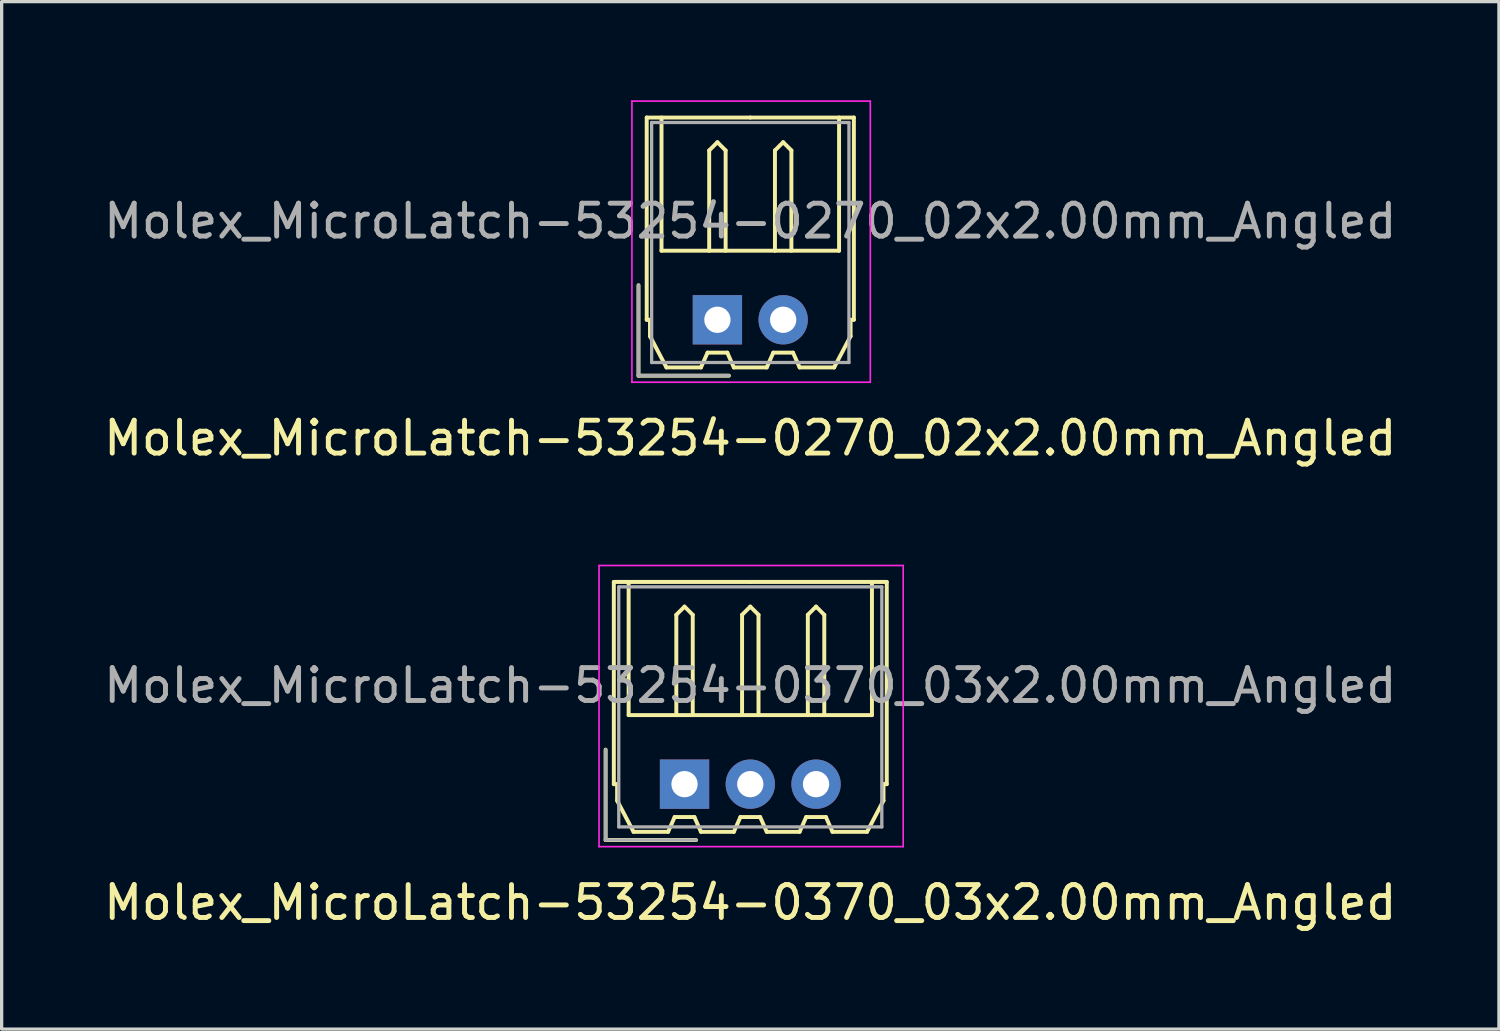
<source format=kicad_pcb>
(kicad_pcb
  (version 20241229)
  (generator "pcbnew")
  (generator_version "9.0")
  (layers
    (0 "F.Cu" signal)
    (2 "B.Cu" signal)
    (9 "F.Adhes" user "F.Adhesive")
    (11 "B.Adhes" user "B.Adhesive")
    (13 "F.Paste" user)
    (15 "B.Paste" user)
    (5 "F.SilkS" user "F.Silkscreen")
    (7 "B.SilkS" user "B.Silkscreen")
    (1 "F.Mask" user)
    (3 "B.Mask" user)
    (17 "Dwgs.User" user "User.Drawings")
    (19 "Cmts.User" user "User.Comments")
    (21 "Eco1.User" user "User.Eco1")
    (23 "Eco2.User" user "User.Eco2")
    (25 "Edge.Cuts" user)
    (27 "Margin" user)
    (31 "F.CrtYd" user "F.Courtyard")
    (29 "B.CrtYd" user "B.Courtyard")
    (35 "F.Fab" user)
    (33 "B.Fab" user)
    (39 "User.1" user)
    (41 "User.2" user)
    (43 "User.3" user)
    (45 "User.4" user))
  (footprint "Molex_MicroLatch-53254-0370_03x2.00mm_Angled"
    (layer "F.Cu")
    (at 17.768 20.798)
    (property "Reference" "Molex_MicroLatch-53254-0370_03x2.00mm_Angled" (at 2 3.6 0) (layer "F.SilkS") (effects (font (size 1 1) (thickness 0.15))))
    (attr through_hole)
    (fp_line (start -2.4 1.7) (end -2.4 -1.05) (stroke (width 0.12) (type solid)) (layer "F.SilkS"))
    (fp_line (start -2.15 -6.15) (end 2 -6.15) (stroke (width 0.12) (type solid)) (layer "F.SilkS"))
    (fp_line (start -2.15 0) (end -2.15 -6.15) (stroke (width 0.12) (type solid)) (layer "F.SilkS"))
    (fp_line (start -2.05 0) (end -2.15 0) (stroke (width 0.12) (type solid)) (layer "F.SilkS"))
    (fp_line (start -2.05 0.5) (end -2.05 0) (stroke (width 0.12) (type solid)) (layer "F.SilkS"))
    (fp_line (start -1.7 -6.15) (end -1.7 -2.1) (stroke (width 0.12) (type solid)) (layer "F.SilkS"))
    (fp_line (start -1.7 -2.1) (end 5.7 -2.1) (stroke (width 0.12) (type solid)) (layer "F.SilkS"))
    (fp_line (start -1.55 1.45) (end -2.05 0.5) (stroke (width 0.12) (type solid)) (layer "F.SilkS"))
    (fp_line (start -0.5 1.45) (end -1.55 1.45) (stroke (width 0.12) (type solid)) (layer "F.SilkS"))
    (fp_line (start -0.3 1) (end -0.5 1.45) (stroke (width 0.12) (type solid)) (layer "F.SilkS"))
    (fp_line (start -0.3 1) (end 0.3 1) (stroke (width 0.12) (type solid)) (layer "F.SilkS"))
    (fp_line (start -0.25 -5.15) (end 0 -5.4) (stroke (width 0.12) (type solid)) (layer "F.SilkS"))
    (fp_line (start -0.25 -2.1) (end -0.25 -5.15) (stroke (width 0.12) (type solid)) (layer "F.SilkS"))
    (fp_line (start 0 -5.4) (end 0.25 -5.15) (stroke (width 0.12) (type solid)) (layer "F.SilkS"))
    (fp_line (start 0.25 -5.15) (end 0.25 -2.1) (stroke (width 0.12) (type solid)) (layer "F.SilkS"))
    (fp_line (start 0.3 1) (end 0.5 1.45) (stroke (width 0.12) (type solid)) (layer "F.SilkS"))
    (fp_line (start 0.35 1.7) (end -2.4 1.7) (stroke (width 0.12) (type solid)) (layer "F.SilkS"))
    (fp_line (start 0.5 1.45) (end 1.5 1.45) (stroke (width 0.12) (type solid)) (layer "F.SilkS"))
    (fp_line (start 1.5 1.45) (end 1.7 1) (stroke (width 0.12) (type solid)) (layer "F.SilkS"))
    (fp_line (start 1.7 1) (end 2.3 1) (stroke (width 0.12) (type solid)) (layer "F.SilkS"))
    (fp_line (start 1.75 -5.15) (end 2 -5.4) (stroke (width 0.12) (type solid)) (layer "F.SilkS"))
    (fp_line (start 1.75 -2.1) (end 1.75 -5.15) (stroke (width 0.12) (type solid)) (layer "F.SilkS"))
    (fp_line (start 2 -5.4) (end 2.25 -5.15) (stroke (width 0.12) (type solid)) (layer "F.SilkS"))
    (fp_line (start 2.25 -5.15) (end 2.25 -2.1) (stroke (width 0.12) (type solid)) (layer "F.SilkS"))
    (fp_line (start 2.3 1) (end 2.5 1.45) (stroke (width 0.12) (type solid)) (layer "F.SilkS"))
    (fp_line (start 2.5 1.45) (end 3.5 1.45) (stroke (width 0.12) (type solid)) (layer "F.SilkS"))
    (fp_line (start 3.5 1.45) (end 3.7 1) (stroke (width 0.12) (type solid)) (layer "F.SilkS"))
    (fp_line (start 3.7 1) (end 4.3 1) (stroke (width 0.12) (type solid)) (layer "F.SilkS"))
    (fp_line (start 3.75 -5.15) (end 4 -5.4) (stroke (width 0.12) (type solid)) (layer "F.SilkS"))
    (fp_line (start 3.75 -2.1) (end 3.75 -5.15) (stroke (width 0.12) (type solid)) (layer "F.SilkS"))
    (fp_line (start 4 -5.4) (end 4.25 -5.15) (stroke (width 0.12) (type solid)) (layer "F.SilkS"))
    (fp_line (start 4.25 -5.15) (end 4.25 -2.1) (stroke (width 0.12) (type solid)) (layer "F.SilkS"))
    (fp_line (start 4.3 1) (end 4.5 1.45) (stroke (width 0.12) (type solid)) (layer "F.SilkS"))
    (fp_line (start 4.5 1.45) (end 5.55 1.45) (stroke (width 0.12) (type solid)) (layer "F.SilkS"))
    (fp_line (start 5.55 1.45) (end 6.05 0.5) (stroke (width 0.12) (type solid)) (layer "F.SilkS"))
    (fp_line (start 5.7 -2.1) (end 5.7 -6.15) (stroke (width 0.12) (type solid)) (layer "F.SilkS"))
    (fp_line (start 6.05 0) (end 6.15 0) (stroke (width 0.12) (type solid)) (layer "F.SilkS"))
    (fp_line (start 6.05 0.5) (end 6.05 0) (stroke (width 0.12) (type solid)) (layer "F.SilkS"))
    (fp_line (start 6.15 -6.15) (end 2 -6.15) (stroke (width 0.12) (type solid)) (layer "F.SilkS"))
    (fp_line (start 6.15 0) (end 6.15 -6.15) (stroke (width 0.12) (type solid)) (layer "F.SilkS"))
    (fp_line (start -2.6 -6.65) (end -2.6 1.9) (stroke (width 0.05) (type solid)) (layer "F.CrtYd"))
    (fp_line (start -2.6 1.9) (end 6.65 1.9) (stroke (width 0.05) (type solid)) (layer "F.CrtYd"))
    (fp_line (start 6.65 -6.65) (end -2.6 -6.65) (stroke (width 0.05) (type solid)) (layer "F.CrtYd"))
    (fp_line (start 6.65 1.9) (end 6.65 -6.65) (stroke (width 0.05) (type solid)) (layer "F.CrtYd"))
    (fp_line (start -2.4 1.7) (end -2.4 -1.05) (stroke (width 0.1) (type solid)) (layer "F.Fab"))
    (fp_line (start -2 -6) (end -2 1.3) (stroke (width 0.1) (type solid)) (layer "F.Fab"))
    (fp_line (start -2 1.3) (end 6 1.3) (stroke (width 0.1) (type solid)) (layer "F.Fab"))
    (fp_line (start 0.35 1.7) (end -2.4 1.7) (stroke (width 0.1) (type solid)) (layer "F.Fab"))
    (fp_line (start 6 -6) (end -2 -6) (stroke (width 0.1) (type solid)) (layer "F.Fab"))
    (fp_line (start 6 1.3) (end 6 -6) (stroke (width 0.1) (type solid)) (layer "F.Fab"))
    (fp_text user "${REFERENCE}" (at 2 -3 0) (layer "F.Fab") (effects (font (size 1 1) (thickness 0.15))))
    (pad "1" thru_hole rect (at 0 0) (size 1.5 1.5) (drill 0.8) (layers "*.Cu" "*.Mask"))
    (pad "2" thru_hole circle (at 2 0) (size 1.5 1.5) (drill 0.8) (layers "*.Cu" "*.Mask"))
    (pad "3" thru_hole circle (at 4 0) (size 1.5 1.5) (drill 0.8) (layers "*.Cu" "*.Mask")))
  (footprint "Molex_MicroLatch-53254-0270_02x2.00mm_Angled"
    (layer "F.Cu")
    (at 18.768 6.675)
    (property "Reference" "Molex_MicroLatch-53254-0270_02x2.00mm_Angled" (at 1 3.6 0) (layer "F.SilkS") (effects (font (size 1 1) (thickness 0.15))))
    (attr through_hole)
    (fp_line (start -2.4 1.7) (end -2.4 -1.05) (stroke (width 0.12) (type solid)) (layer "F.SilkS"))
    (fp_line (start -2.15 -6.15) (end 1 -6.15) (stroke (width 0.12) (type solid)) (layer "F.SilkS"))
    (fp_line (start -2.15 0) (end -2.15 -6.15) (stroke (width 0.12) (type solid)) (layer "F.SilkS"))
    (fp_line (start -2.05 0) (end -2.15 0) (stroke (width 0.12) (type solid)) (layer "F.SilkS"))
    (fp_line (start -2.05 0.5) (end -2.05 0) (stroke (width 0.12) (type solid)) (layer "F.SilkS"))
    (fp_line (start -1.7 -6.15) (end -1.7 -2.1) (stroke (width 0.12) (type solid)) (layer "F.SilkS"))
    (fp_line (start -1.7 -2.1) (end 3.7 -2.1) (stroke (width 0.12) (type solid)) (layer "F.SilkS"))
    (fp_line (start -1.55 1.45) (end -2.05 0.5) (stroke (width 0.12) (type solid)) (layer "F.SilkS"))
    (fp_line (start -0.5 1.45) (end -1.55 1.45) (stroke (width 0.12) (type solid)) (layer "F.SilkS"))
    (fp_line (start -0.3 1) (end -0.5 1.45) (stroke (width 0.12) (type solid)) (layer "F.SilkS"))
    (fp_line (start -0.3 1) (end 0.3 1) (stroke (width 0.12) (type solid)) (layer "F.SilkS"))
    (fp_line (start -0.25 -5.15) (end 0 -5.4) (stroke (width 0.12) (type solid)) (layer "F.SilkS"))
    (fp_line (start -0.25 -2.1) (end -0.25 -5.15) (stroke (width 0.12) (type solid)) (layer "F.SilkS"))
    (fp_line (start 0 -5.4) (end 0.25 -5.15) (stroke (width 0.12) (type solid)) (layer "F.SilkS"))
    (fp_line (start 0.25 -5.15) (end 0.25 -2.1) (stroke (width 0.12) (type solid)) (layer "F.SilkS"))
    (fp_line (start 0.3 1) (end 0.5 1.45) (stroke (width 0.12) (type solid)) (layer "F.SilkS"))
    (fp_line (start 0.35 1.7) (end -2.4 1.7) (stroke (width 0.12) (type solid)) (layer "F.SilkS"))
    (fp_line (start 0.5 1.45) (end 1.5 1.45) (stroke (width 0.12) (type solid)) (layer "F.SilkS"))
    (fp_line (start 1.5 1.45) (end 1.7 1) (stroke (width 0.12) (type solid)) (layer "F.SilkS"))
    (fp_line (start 1.7 1) (end 2.3 1) (stroke (width 0.12) (type solid)) (layer "F.SilkS"))
    (fp_line (start 1.75 -5.15) (end 2 -5.4) (stroke (width 0.12) (type solid)) (layer "F.SilkS"))
    (fp_line (start 1.75 -2.1) (end 1.75 -5.15) (stroke (width 0.12) (type solid)) (layer "F.SilkS"))
    (fp_line (start 2 -5.4) (end 2.25 -5.15) (stroke (width 0.12) (type solid)) (layer "F.SilkS"))
    (fp_line (start 2.25 -5.15) (end 2.25 -2.1) (stroke (width 0.12) (type solid)) (layer "F.SilkS"))
    (fp_line (start 2.3 1) (end 2.5 1.45) (stroke (width 0.12) (type solid)) (layer "F.SilkS"))
    (fp_line (start 2.5 1.45) (end 3.55 1.45) (stroke (width 0.12) (type solid)) (layer "F.SilkS"))
    (fp_line (start 3.55 1.45) (end 4.05 0.5) (stroke (width 0.12) (type solid)) (layer "F.SilkS"))
    (fp_line (start 3.7 -2.1) (end 3.7 -6.15) (stroke (width 0.12) (type solid)) (layer "F.SilkS"))
    (fp_line (start 4.05 0) (end 4.15 0) (stroke (width 0.12) (type solid)) (layer "F.SilkS"))
    (fp_line (start 4.05 0.5) (end 4.05 0) (stroke (width 0.12) (type solid)) (layer "F.SilkS"))
    (fp_line (start 4.15 -6.15) (end 1 -6.15) (stroke (width 0.12) (type solid)) (layer "F.SilkS"))
    (fp_line (start 4.15 0) (end 4.15 -6.15) (stroke (width 0.12) (type solid)) (layer "F.SilkS"))
    (fp_line (start -2.6 -6.65) (end -2.6 1.9) (stroke (width 0.05) (type solid)) (layer "F.CrtYd"))
    (fp_line (start -2.6 1.9) (end 4.65 1.9) (stroke (width 0.05) (type solid)) (layer "F.CrtYd"))
    (fp_line (start 4.65 -6.65) (end -2.6 -6.65) (stroke (width 0.05) (type solid)) (layer "F.CrtYd"))
    (fp_line (start 4.65 1.9) (end 4.65 -6.65) (stroke (width 0.05) (type solid)) (layer "F.CrtYd"))
    (fp_line (start -2.4 1.7) (end -2.4 -1.05) (stroke (width 0.1) (type solid)) (layer "F.Fab"))
    (fp_line (start -2 -6) (end -2 1.3) (stroke (width 0.1) (type solid)) (layer "F.Fab"))
    (fp_line (start -2 1.3) (end 4 1.3) (stroke (width 0.1) (type solid)) (layer "F.Fab"))
    (fp_line (start 0.35 1.7) (end -2.4 1.7) (stroke (width 0.1) (type solid)) (layer "F.Fab"))
    (fp_line (start 4 -6) (end -2 -6) (stroke (width 0.1) (type solid)) (layer "F.Fab"))
    (fp_line (start 4 1.3) (end 4 -6) (stroke (width 0.1) (type solid)) (layer "F.Fab"))
    (fp_text user "${REFERENCE}" (at 1 -3 0) (layer "F.Fab") (effects (font (size 1 1) (thickness 0.15))))
    (pad "1" thru_hole rect (at 0 0) (size 1.5 1.5) (drill 0.8) (layers "*.Cu" "*.Mask"))
    (pad "2" thru_hole circle (at 2 0) (size 1.5 1.5) (drill 0.8) (layers "*.Cu" "*.Mask")))
  (gr_rect
    (start -3 -3)
    (end 42.536 28.247)
    (stroke (width 0.1) (type default))
    (fill no)
    (layer "Edge.Cuts")))
</source>
